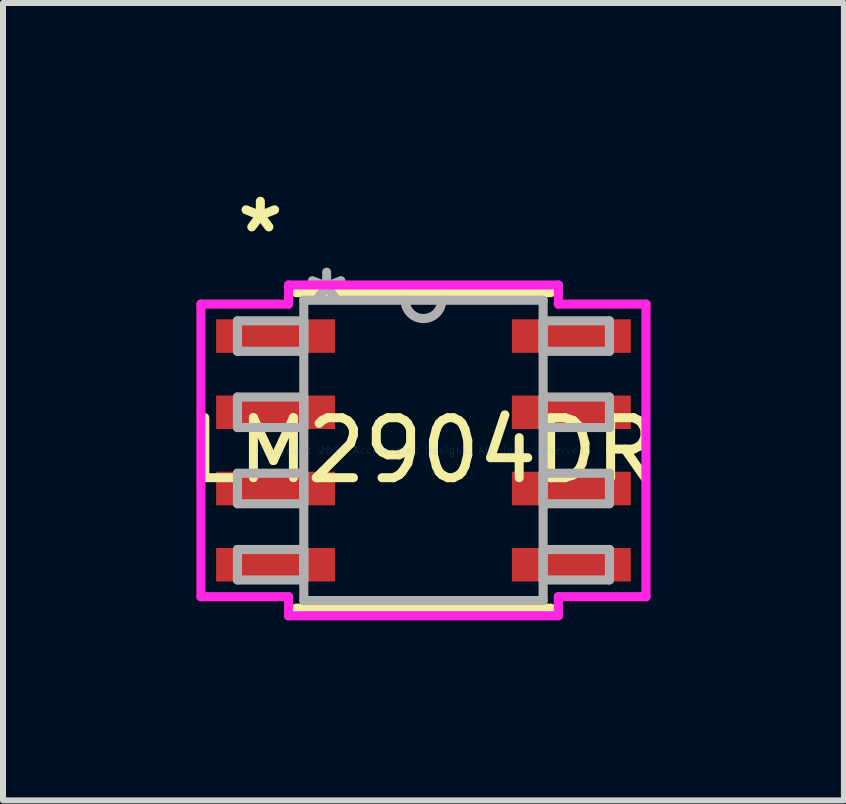
<source format=kicad_pcb>
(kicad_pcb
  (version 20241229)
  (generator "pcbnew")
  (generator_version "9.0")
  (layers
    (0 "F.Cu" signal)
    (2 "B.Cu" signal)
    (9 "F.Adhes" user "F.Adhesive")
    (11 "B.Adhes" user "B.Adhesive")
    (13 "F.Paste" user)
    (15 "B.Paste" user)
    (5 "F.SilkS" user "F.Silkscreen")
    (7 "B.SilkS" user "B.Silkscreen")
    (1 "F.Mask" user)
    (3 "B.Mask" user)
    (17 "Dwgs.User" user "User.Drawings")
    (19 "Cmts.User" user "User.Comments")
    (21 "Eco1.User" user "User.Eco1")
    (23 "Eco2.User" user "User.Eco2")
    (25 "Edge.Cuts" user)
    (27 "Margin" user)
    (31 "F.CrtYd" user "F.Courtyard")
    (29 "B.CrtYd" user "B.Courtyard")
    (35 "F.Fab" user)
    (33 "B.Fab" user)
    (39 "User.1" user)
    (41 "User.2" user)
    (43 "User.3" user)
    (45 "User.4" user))
  (footprint "LM2904DR"
    (layer "F.Cu")
    (at 4.006 4.455)
    (property "Reference" "LM2904DR" (at 0 0 0) (layer "F.SilkS") (effects (font (size 1 1) (thickness 0.15))))
    (attr through_hole)
    (fp_line (start -2.121 2.629) (end 2.121 2.629) (stroke (width 0.152) (type solid)) (layer "F.SilkS"))
    (fp_line (start 2.121 -2.629) (end -2.121 -2.629) (stroke (width 0.152) (type solid)) (layer "F.SilkS"))
    (fp_line (start -3.708 -2.438) (end -2.248 -2.438) (stroke (width 0.152) (type solid)) (layer "F.CrtYd"))
    (fp_line (start -3.708 2.438) (end -3.708 -2.438) (stroke (width 0.152) (type solid)) (layer "F.CrtYd"))
    (fp_line (start -2.248 -2.756) (end 2.248 -2.756) (stroke (width 0.152) (type solid)) (layer "F.CrtYd"))
    (fp_line (start -2.248 -2.438) (end -2.248 -2.756) (stroke (width 0.152) (type solid)) (layer "F.CrtYd"))
    (fp_line (start -2.248 2.438) (end -3.708 2.438) (stroke (width 0.152) (type solid)) (layer "F.CrtYd"))
    (fp_line (start -2.248 2.756) (end -2.248 2.438) (stroke (width 0.152) (type solid)) (layer "F.CrtYd"))
    (fp_line (start 2.248 -2.756) (end 2.248 -2.438) (stroke (width 0.152) (type solid)) (layer "F.CrtYd"))
    (fp_line (start 2.248 -2.438) (end 3.708 -2.438) (stroke (width 0.152) (type solid)) (layer "F.CrtYd"))
    (fp_line (start 2.248 2.438) (end 2.248 2.756) (stroke (width 0.152) (type solid)) (layer "F.CrtYd"))
    (fp_line (start 2.248 2.756) (end -2.248 2.756) (stroke (width 0.152) (type solid)) (layer "F.CrtYd"))
    (fp_line (start 3.708 -2.438) (end 3.708 2.438) (stroke (width 0.152) (type solid)) (layer "F.CrtYd"))
    (fp_line (start 3.708 2.438) (end 2.248 2.438) (stroke (width 0.152) (type solid)) (layer "F.CrtYd"))
    (fp_line (start -3.099 -2.159) (end -3.099 -1.651) (stroke (width 0.152) (type solid)) (layer "F.Fab"))
    (fp_line (start -3.099 -1.651) (end -1.994 -1.651) (stroke (width 0.152) (type solid)) (layer "F.Fab"))
    (fp_line (start -3.099 -0.889) (end -3.099 -0.381) (stroke (width 0.152) (type solid)) (layer "F.Fab"))
    (fp_line (start -3.099 -0.381) (end -1.994 -0.381) (stroke (width 0.152) (type solid)) (layer "F.Fab"))
    (fp_line (start -3.099 0.381) (end -3.099 0.889) (stroke (width 0.152) (type solid)) (layer "F.Fab"))
    (fp_line (start -3.099 0.889) (end -1.994 0.889) (stroke (width 0.152) (type solid)) (layer "F.Fab"))
    (fp_line (start -3.099 1.651) (end -3.099 2.159) (stroke (width 0.152) (type solid)) (layer "F.Fab"))
    (fp_line (start -3.099 2.159) (end -1.994 2.159) (stroke (width 0.152) (type solid)) (layer "F.Fab"))
    (fp_line (start -1.994 -2.502) (end -1.994 2.502) (stroke (width 0.152) (type solid)) (layer "F.Fab"))
    (fp_line (start -1.994 -2.159) (end -3.099 -2.159) (stroke (width 0.152) (type solid)) (layer "F.Fab"))
    (fp_line (start -1.994 -1.651) (end -1.994 -2.159) (stroke (width 0.152) (type solid)) (layer "F.Fab"))
    (fp_line (start -1.994 -0.889) (end -3.099 -0.889) (stroke (width 0.152) (type solid)) (layer "F.Fab"))
    (fp_line (start -1.994 -0.381) (end -1.994 -0.889) (stroke (width 0.152) (type solid)) (layer "F.Fab"))
    (fp_line (start -1.994 0.381) (end -3.099 0.381) (stroke (width 0.152) (type solid)) (layer "F.Fab"))
    (fp_line (start -1.994 0.889) (end -1.994 0.381) (stroke (width 0.152) (type solid)) (layer "F.Fab"))
    (fp_line (start -1.994 1.651) (end -3.099 1.651) (stroke (width 0.152) (type solid)) (layer "F.Fab"))
    (fp_line (start -1.994 2.159) (end -1.994 1.651) (stroke (width 0.152) (type solid)) (layer "F.Fab"))
    (fp_line (start -1.994 2.502) (end 1.994 2.502) (stroke (width 0.152) (type solid)) (layer "F.Fab"))
    (fp_line (start 1.994 -2.502) (end -1.994 -2.502) (stroke (width 0.152) (type solid)) (layer "F.Fab"))
    (fp_line (start 1.994 -2.159) (end 1.994 -1.651) (stroke (width 0.152) (type solid)) (layer "F.Fab"))
    (fp_line (start 1.994 -1.651) (end 3.099 -1.651) (stroke (width 0.152) (type solid)) (layer "F.Fab"))
    (fp_line (start 1.994 -0.889) (end 1.994 -0.381) (stroke (width 0.152) (type solid)) (layer "F.Fab"))
    (fp_line (start 1.994 -0.381) (end 3.099 -0.381) (stroke (width 0.152) (type solid)) (layer "F.Fab"))
    (fp_line (start 1.994 0.381) (end 1.994 0.889) (stroke (width 0.152) (type solid)) (layer "F.Fab"))
    (fp_line (start 1.994 0.889) (end 3.099 0.889) (stroke (width 0.152) (type solid)) (layer "F.Fab"))
    (fp_line (start 1.994 1.651) (end 1.994 2.159) (stroke (width 0.152) (type solid)) (layer "F.Fab"))
    (fp_line (start 1.994 2.159) (end 3.099 2.159) (stroke (width 0.152) (type solid)) (layer "F.Fab"))
    (fp_line (start 1.994 2.502) (end 1.994 -2.502) (stroke (width 0.152) (type solid)) (layer "F.Fab"))
    (fp_line (start 3.099 -2.159) (end 1.994 -2.159) (stroke (width 0.152) (type solid)) (layer "F.Fab"))
    (fp_line (start 3.099 -1.651) (end 3.099 -2.159) (stroke (width 0.152) (type solid)) (layer "F.Fab"))
    (fp_line (start 3.099 -0.889) (end 1.994 -0.889) (stroke (width 0.152) (type solid)) (layer "F.Fab"))
    (fp_line (start 3.099 -0.381) (end 3.099 -0.889) (stroke (width 0.152) (type solid)) (layer "F.Fab"))
    (fp_line (start 3.099 0.381) (end 1.994 0.381) (stroke (width 0.152) (type solid)) (layer "F.Fab"))
    (fp_line (start 3.099 0.889) (end 3.099 0.381) (stroke (width 0.152) (type solid)) (layer "F.Fab"))
    (fp_line (start 3.099 1.651) (end 1.994 1.651) (stroke (width 0.152) (type solid)) (layer "F.Fab"))
    (fp_line (start 3.099 2.159) (end 3.099 1.651) (stroke (width 0.152) (type solid)) (layer "F.Fab"))
    (fp_arc (start 0.3048 -2.5019) (mid 0 -2.1971) (end -0.3048 -2.5019) (stroke (width 0.1524) (type solid)) (layer "F.Fab"))
    (fp_text user "*" (at -2.718 -3.607 0) (layer "F.SilkS") (effects (font (size 1 1) (thickness 0.15))))
    (fp_text user "Copyright 2016 Accelerated Designs. All rights reserved." (at 0 0 0) (layer "Cmts.User") (effects (font (size 0.127 0.127) (thickness 0.002))))
    (fp_text user "*" (at -1.613 -2.426 0) (layer "F.Fab") (effects (font (size 1 1) (thickness 0.15))))
    (pad "1" smd rect (at -2.464 -1.905) (size 1.981 0.559) (layers "F.Cu" "F.Mask" "F.Paste"))
    (pad "2" smd rect (at -2.464 -0.635) (size 1.981 0.559) (layers "F.Cu" "F.Mask" "F.Paste"))
    (pad "3" smd rect (at -2.464 0.635) (size 1.981 0.559) (layers "F.Cu" "F.Mask" "F.Paste"))
    (pad "4" smd rect (at -2.464 1.905) (size 1.981 0.559) (layers "F.Cu" "F.Mask" "F.Paste"))
    (pad "5" smd rect (at 2.464 1.905) (size 1.981 0.559) (layers "F.Cu" "F.Mask" "F.Paste"))
    (pad "6" smd rect (at 2.464 0.635) (size 1.981 0.559) (layers "F.Cu" "F.Mask" "F.Paste"))
    (pad "7" smd rect (at 2.464 -0.635) (size 1.981 0.559) (layers "F.Cu" "F.Mask" "F.Paste"))
    (pad "8" smd rect (at 2.464 -1.905) (size 1.981 0.559) (layers "F.Cu" "F.Mask" "F.Paste")))
  (gr_rect
    (start -3 -3)
    (end 11.012 10.287)
    (stroke (width 0.1) (type default))
    (fill no)
    (layer "Edge.Cuts")))
</source>
